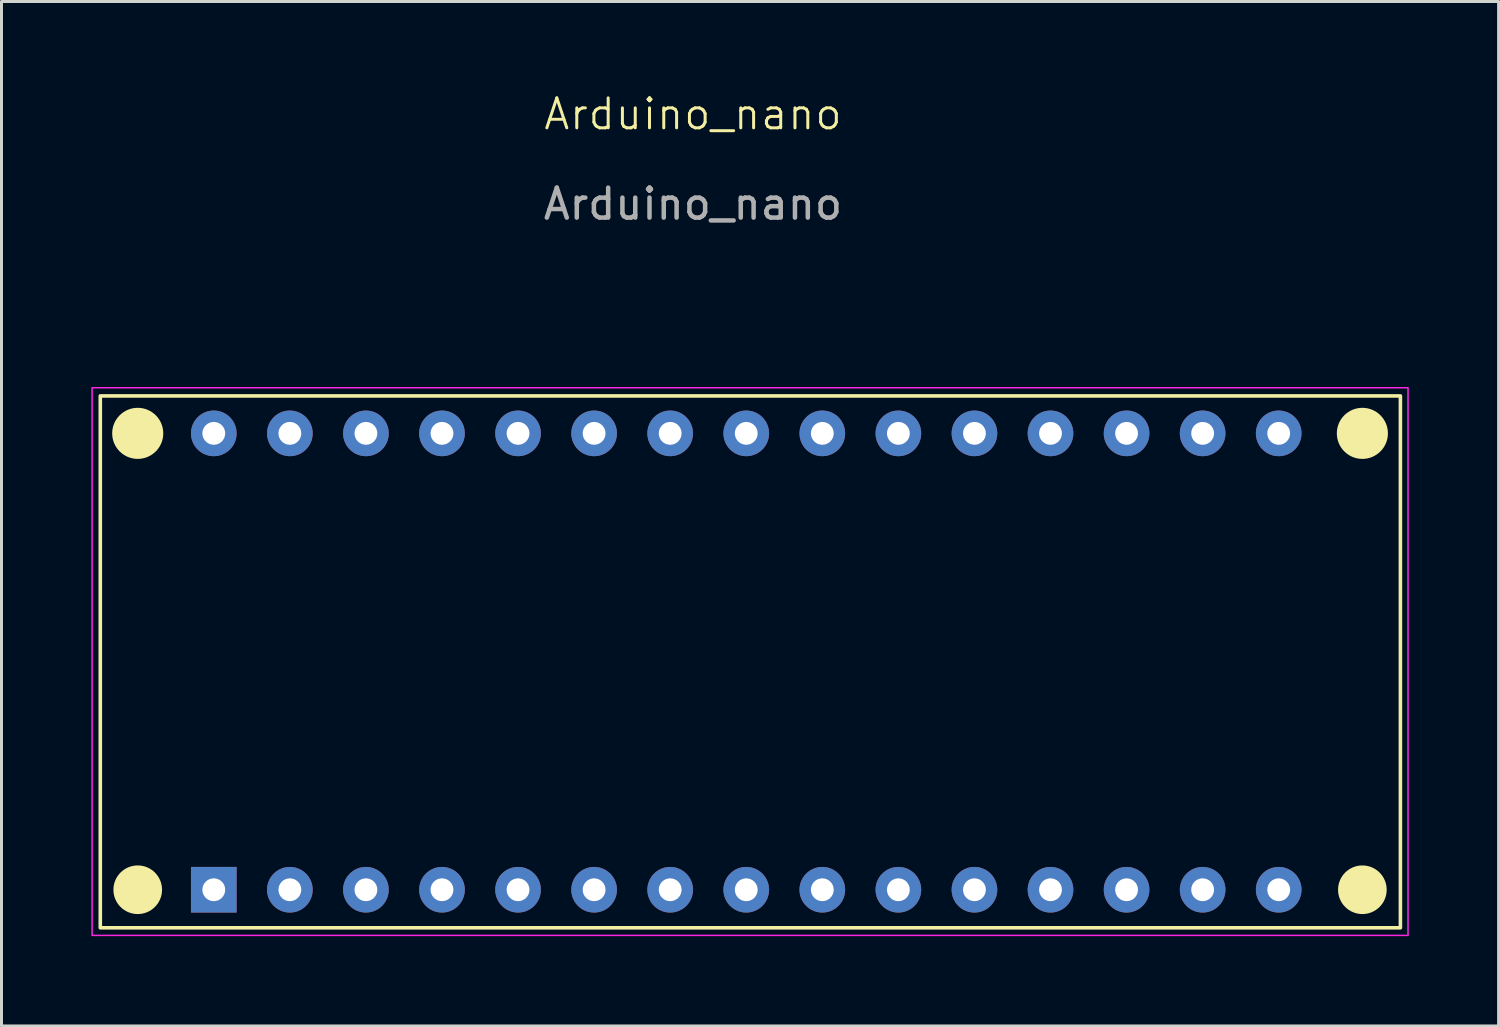
<source format=kicad_pcb>
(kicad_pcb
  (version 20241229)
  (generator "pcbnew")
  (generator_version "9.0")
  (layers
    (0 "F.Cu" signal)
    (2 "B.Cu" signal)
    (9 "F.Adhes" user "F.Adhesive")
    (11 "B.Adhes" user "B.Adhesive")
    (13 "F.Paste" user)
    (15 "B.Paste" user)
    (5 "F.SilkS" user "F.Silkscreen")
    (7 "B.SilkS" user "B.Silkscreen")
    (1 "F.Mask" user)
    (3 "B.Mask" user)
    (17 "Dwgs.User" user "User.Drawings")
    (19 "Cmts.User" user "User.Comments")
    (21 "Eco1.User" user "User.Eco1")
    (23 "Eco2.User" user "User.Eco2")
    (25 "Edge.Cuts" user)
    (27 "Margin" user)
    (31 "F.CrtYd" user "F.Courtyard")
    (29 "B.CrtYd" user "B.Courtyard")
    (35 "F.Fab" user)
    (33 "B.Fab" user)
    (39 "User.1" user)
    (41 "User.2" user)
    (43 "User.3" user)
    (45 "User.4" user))
  (footprint "Arduino_nano"
    (layer "F.Cu")
    (at 20.091 18.787)
    (property "Reference" "Arduino_nano" (at 0 -18.026 0) (unlocked yes) (layer "F.SilkS") (effects (font (size 1 1) (thickness 0.1))))
    (attr through_hole)
    (fp_line (start 22.352 8.128) (end 22.352 7.874) (stroke (width 0.1) (type default)) (layer "F.SilkS"))
    (fp_rect (start -19.792 -8.616) (end 23.622 9.144) (stroke (width 0.12) (type default)) (fill no) (layer "F.SilkS"))
    (fp_circle (center -18.542 -7.366) (end -17.739 -7.366) (stroke (width 0.1) (type solid)) (fill yes) (layer "F.SilkS"))
    (fp_circle (center -18.542 7.874) (end -17.78 7.874) (stroke (width 0.1) (type solid)) (fill yes) (layer "F.SilkS"))
    (fp_circle (center 22.352 -7.366) (end 23.155 -7.366) (stroke (width 0.1) (type solid)) (fill yes) (layer "F.SilkS"))
    (fp_circle (center 22.352 7.874) (end 23.114 7.874) (stroke (width 0.1) (type solid)) (fill yes) (layer "F.SilkS"))
    (fp_rect (start -20.066 -8.89) (end 23.876 9.398) (stroke (width 0.05) (type default)) (fill no) (layer "F.CrtYd"))
    (fp_text user "${REFERENCE}" (at 0 -15.026 0) (unlocked yes) (layer "F.Fab") (effects (font (size 1 1) (thickness 0.15))))
    (pad "1" thru_hole rect (at -16.002 7.874) (size 1.524 1.524) (drill 0.762) (layers "*.Cu" "*.Mask"))
    (pad "2" thru_hole circle (at -13.462 7.874) (size 1.524 1.524) (drill 0.762) (layers "*.Cu" "*.Mask"))
    (pad "3" thru_hole circle (at -10.922 7.874) (size 1.524 1.524) (drill 0.762) (layers "*.Cu" "*.Mask"))
    (pad "4" thru_hole circle (at -8.382 7.874) (size 1.524 1.524) (drill 0.762) (layers "*.Cu" "*.Mask"))
    (pad "5" thru_hole circle (at -5.842 7.874) (size 1.524 1.524) (drill 0.762) (layers "*.Cu" "*.Mask"))
    (pad "6" thru_hole circle (at -3.302 7.874) (size 1.524 1.524) (drill 0.762) (layers "*.Cu" "*.Mask"))
    (pad "7" thru_hole circle (at -0.762 7.874) (size 1.524 1.524) (drill 0.762) (layers "*.Cu" "*.Mask"))
    (pad "8" thru_hole circle (at 1.778 7.874) (size 1.524 1.524) (drill 0.762) (layers "*.Cu" "*.Mask"))
    (pad "9" thru_hole circle (at 4.318 7.874) (size 1.524 1.524) (drill 0.762) (layers "*.Cu" "*.Mask"))
    (pad "10" thru_hole circle (at 6.858 7.874) (size 1.524 1.524) (drill 0.762) (layers "*.Cu" "*.Mask"))
    (pad "11" thru_hole circle (at 9.398 7.874) (size 1.524 1.524) (drill 0.762) (layers "*.Cu" "*.Mask"))
    (pad "12" thru_hole circle (at 11.938 7.874) (size 1.524 1.524) (drill 0.762) (layers "*.Cu" "*.Mask"))
    (pad "13" thru_hole circle (at 14.478 7.874) (size 1.524 1.524) (drill 0.762) (layers "*.Cu" "*.Mask"))
    (pad "14" thru_hole circle (at 17.018 7.874) (size 1.524 1.524) (drill 0.762) (layers "*.Cu" "*.Mask"))
    (pad "15" thru_hole circle (at 19.558 7.874) (size 1.524 1.524) (drill 0.762) (layers "*.Cu" "*.Mask"))
    (pad "16" thru_hole circle (at 19.558 -7.366) (size 1.524 1.524) (drill 0.762) (layers "*.Cu" "*.Mask"))
    (pad "17" thru_hole circle (at 17.018 -7.366) (size 1.524 1.524) (drill 0.762) (layers "*.Cu" "*.Mask"))
    (pad "18" thru_hole circle (at 14.478 -7.366) (size 1.524 1.524) (drill 0.762) (layers "*.Cu" "*.Mask"))
    (pad "19" thru_hole circle (at 11.938 -7.366) (size 1.524 1.524) (drill 0.762) (layers "*.Cu" "*.Mask"))
    (pad "20" thru_hole circle (at 9.398 -7.366) (size 1.524 1.524) (drill 0.762) (layers "*.Cu" "*.Mask"))
    (pad "21" thru_hole circle (at 6.858 -7.366) (size 1.524 1.524) (drill 0.762) (layers "*.Cu" "*.Mask"))
    (pad "22" thru_hole circle (at 4.318 -7.366) (size 1.524 1.524) (drill 0.762) (layers "*.Cu" "*.Mask"))
    (pad "23" thru_hole circle (at 1.778 -7.366) (size 1.524 1.524) (drill 0.762) (layers "*.Cu" "*.Mask"))
    (pad "24" thru_hole circle (at -0.762 -7.366) (size 1.524 1.524) (drill 0.762) (layers "*.Cu" "*.Mask"))
    (pad "25" thru_hole circle (at -3.302 -7.366) (size 1.524 1.524) (drill 0.762) (layers "*.Cu" "*.Mask"))
    (pad "26" thru_hole circle (at -5.842 -7.366 90) (size 1.524 1.524) (drill 0.762) (layers "*.Cu" "*.Mask"))
    (pad "27" thru_hole circle (at -8.382 -7.366) (size 1.524 1.524) (drill 0.762) (layers "*.Cu" "*.Mask"))
    (pad "28" thru_hole circle (at -10.922 -7.366) (size 1.524 1.524) (drill 0.762) (layers "*.Cu" "*.Mask"))
    (pad "29" thru_hole circle (at -13.462 -7.366) (size 1.524 1.524) (drill 0.762) (layers "*.Cu" "*.Mask"))
    (pad "30" thru_hole circle (at -16.002 -7.366) (size 1.524 1.524) (drill 0.762) (layers "*.Cu" "*.Mask")))
  (gr_rect
    (start -3 -3)
    (end 46.992 31.209)
    (stroke (width 0.1) (type default))
    (fill no)
    (layer "Edge.Cuts")))
</source>
